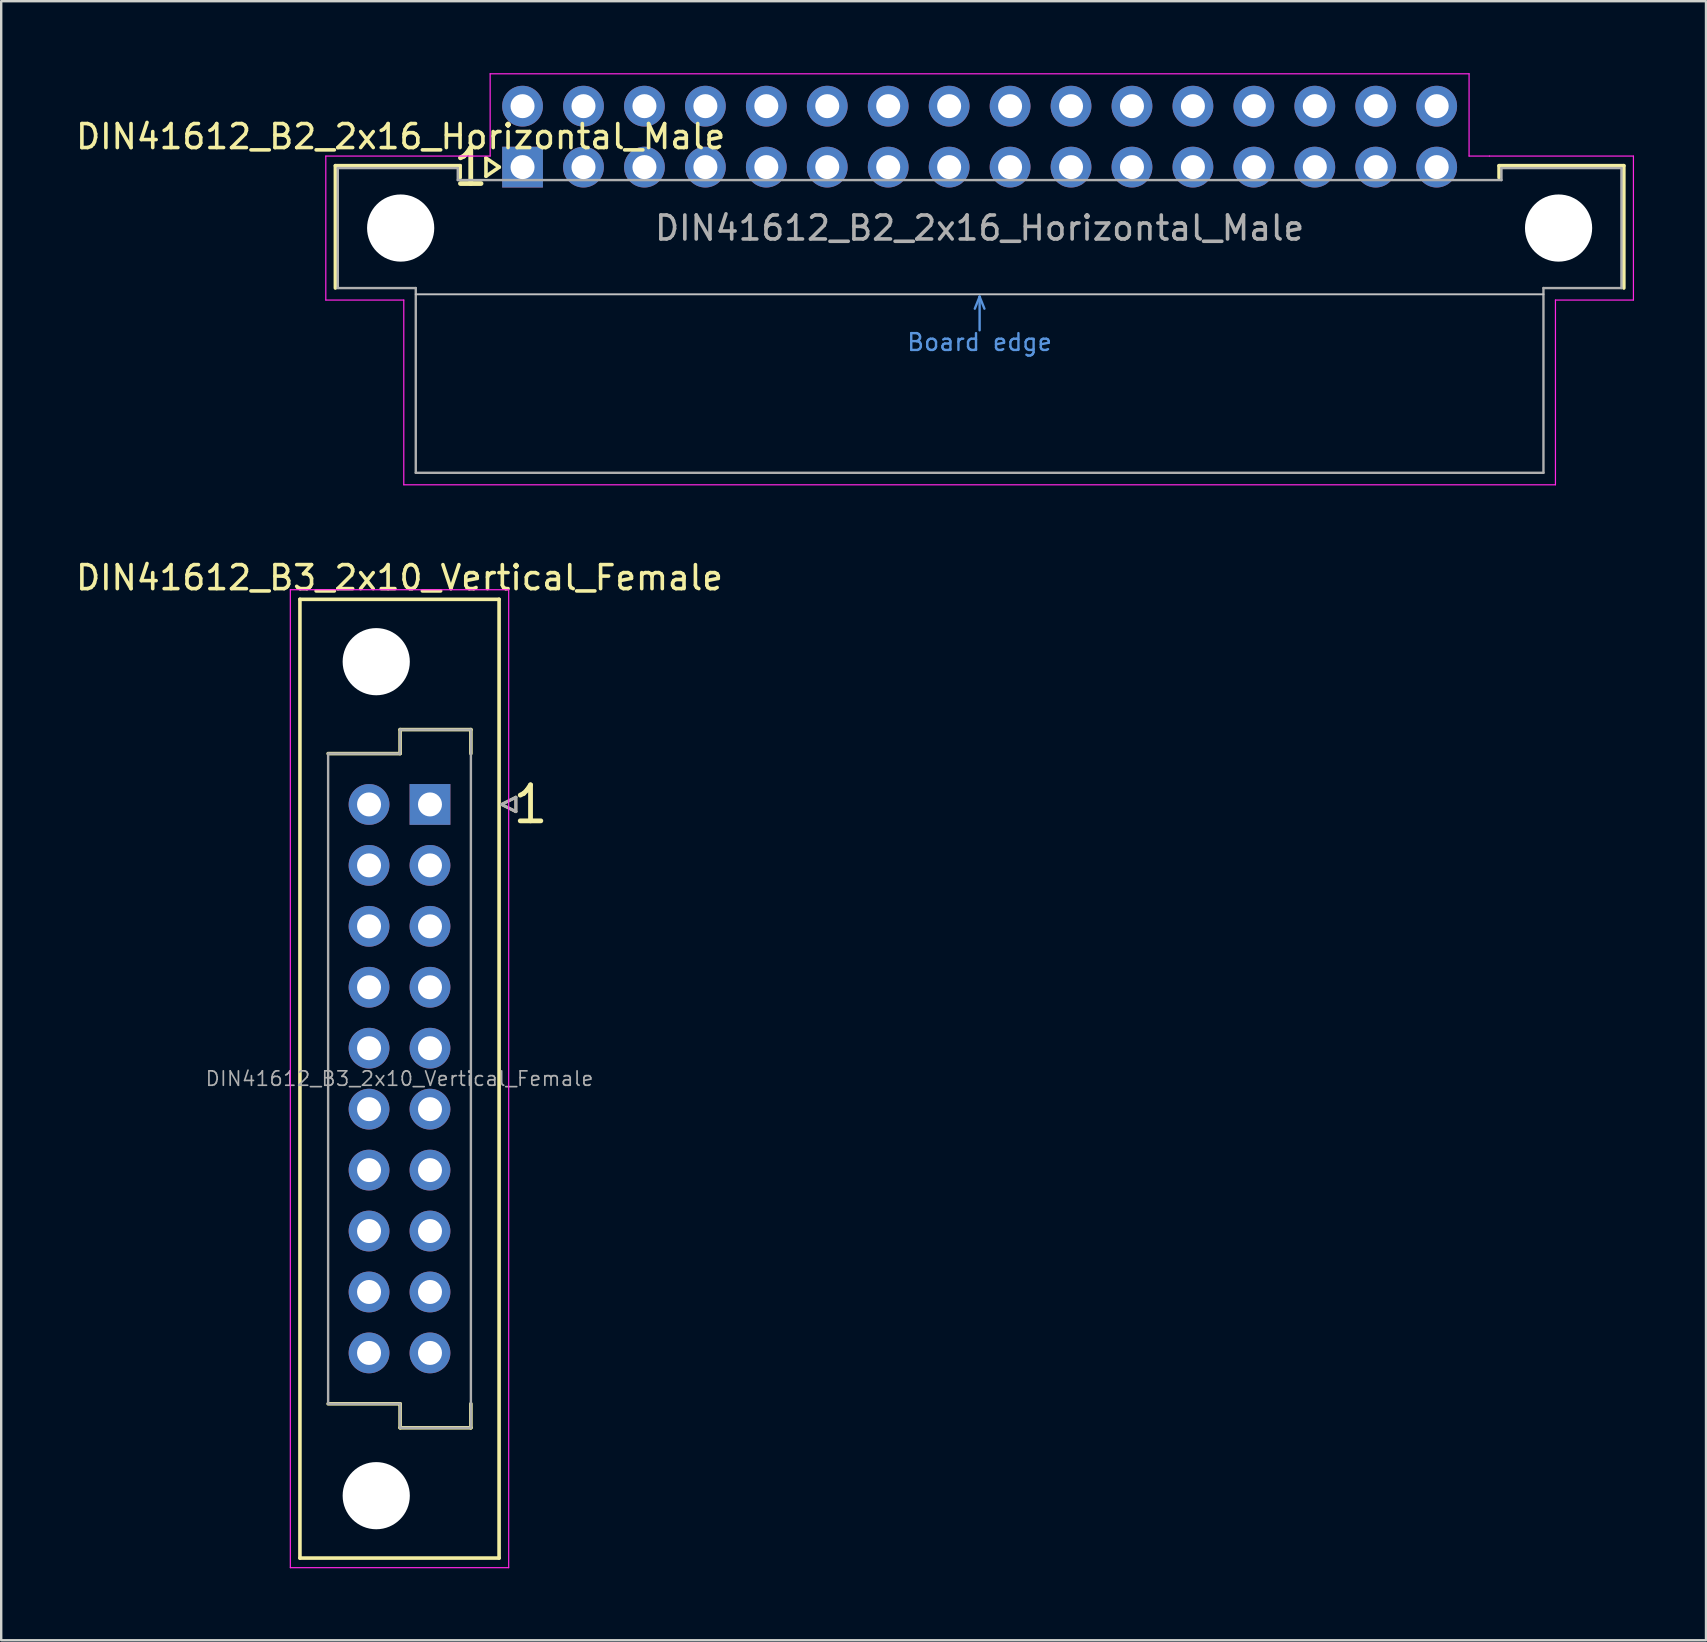
<source format=kicad_pcb>
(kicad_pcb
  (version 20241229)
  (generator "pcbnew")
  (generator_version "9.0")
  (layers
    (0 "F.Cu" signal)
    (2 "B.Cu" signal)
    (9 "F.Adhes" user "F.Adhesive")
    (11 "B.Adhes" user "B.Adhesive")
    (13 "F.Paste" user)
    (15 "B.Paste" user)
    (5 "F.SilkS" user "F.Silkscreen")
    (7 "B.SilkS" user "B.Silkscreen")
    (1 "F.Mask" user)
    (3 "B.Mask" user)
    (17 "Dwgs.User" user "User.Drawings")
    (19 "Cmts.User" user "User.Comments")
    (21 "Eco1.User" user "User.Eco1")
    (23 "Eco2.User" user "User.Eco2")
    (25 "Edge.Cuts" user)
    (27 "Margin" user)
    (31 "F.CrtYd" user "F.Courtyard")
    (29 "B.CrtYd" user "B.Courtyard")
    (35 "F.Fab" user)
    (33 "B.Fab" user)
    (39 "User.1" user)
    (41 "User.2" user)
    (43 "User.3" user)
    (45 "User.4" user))
  (footprint "DIN41612_B3_2x10_Vertical_Female"
    (layer "F.Cu")
    (at 14.871 30.478)
    (property "Reference" "DIN41612_B3_2x10_Vertical_Female" (at -1.27 -9.45 0) (layer "F.SilkS") (effects (font (size 1 1) (thickness 0.15))))
    (attr through_hole)
    (fp_line (start -5.42 -8.55) (end 2.88 -8.55) (stroke (width 0.15) (type solid)) (layer "F.SilkS"))
    (fp_line (start -5.42 31.41) (end -5.42 -8.55) (stroke (width 0.15) (type solid)) (layer "F.SilkS"))
    (fp_line (start -4.245 24.98) (end -1.245 24.98) (stroke (width 0.15) (type solid)) (layer "F.SilkS"))
    (fp_line (start -1.245 -3.12) (end -1.245 -2.12) (stroke (width 0.15) (type solid)) (layer "F.SilkS"))
    (fp_line (start -1.245 -2.12) (end -4.245 -2.12) (stroke (width 0.15) (type solid)) (layer "F.SilkS"))
    (fp_line (start -1.245 24.98) (end -1.245 25.98) (stroke (width 0.15) (type solid)) (layer "F.SilkS"))
    (fp_line (start -1.245 25.98) (end 1.705 25.98) (stroke (width 0.15) (type solid)) (layer "F.SilkS"))
    (fp_line (start 1.705 -3.12) (end -1.245 -3.12) (stroke (width 0.15) (type solid)) (layer "F.SilkS"))
    (fp_line (start 1.705 -2.12) (end 1.705 -3.12) (stroke (width 0.15) (type solid)) (layer "F.SilkS"))
    (fp_line (start 1.705 25.98) (end 1.705 24.98) (stroke (width 0.15) (type solid)) (layer "F.SilkS"))
    (fp_line (start 2.88 -8.55) (end 2.88 31.41) (stroke (width 0.15) (type solid)) (layer "F.SilkS"))
    (fp_line (start 2.88 31.41) (end -5.42 31.41) (stroke (width 0.15) (type solid)) (layer "F.SilkS"))
    (fp_line (start 2.98 0) (end 3.58 -0.3) (stroke (width 0.12) (type solid)) (layer "F.SilkS"))
    (fp_line (start 3.58 -0.3) (end 3.58 0.3) (stroke (width 0.12) (type solid)) (layer "F.SilkS"))
    (fp_line (start 3.58 0.3) (end 2.98 0) (stroke (width 0.12) (type solid)) (layer "F.SilkS"))
    (fp_line (start -5.82 -8.95) (end 3.28 -8.95) (stroke (width 0.05) (type solid)) (layer "F.CrtYd"))
    (fp_line (start -5.82 31.81) (end -5.82 -8.95) (stroke (width 0.05) (type solid)) (layer "F.CrtYd"))
    (fp_line (start 3.28 -8.95) (end 3.28 31.81) (stroke (width 0.05) (type solid)) (layer "F.CrtYd"))
    (fp_line (start 3.28 31.81) (end -5.82 31.81) (stroke (width 0.05) (type solid)) (layer "F.CrtYd"))
    (fp_line (start -4.245 -2.12) (end -4.245 24.98) (stroke (width 0.1) (type solid)) (layer "F.Fab"))
    (fp_line (start -4.245 24.98) (end -1.245 24.98) (stroke (width 0.1) (type solid)) (layer "F.Fab"))
    (fp_line (start -1.245 -3.12) (end -1.245 -2.12) (stroke (width 0.1) (type solid)) (layer "F.Fab"))
    (fp_line (start -1.245 -2.12) (end -4.245 -2.12) (stroke (width 0.1) (type solid)) (layer "F.Fab"))
    (fp_line (start -1.245 24.98) (end -1.245 25.98) (stroke (width 0.1) (type solid)) (layer "F.Fab"))
    (fp_line (start -1.245 25.98) (end 1.705 25.98) (stroke (width 0.1) (type solid)) (layer "F.Fab"))
    (fp_line (start 1.705 -3.12) (end -1.245 -3.12) (stroke (width 0.1) (type solid)) (layer "F.Fab"))
    (fp_line (start 1.705 -2.12) (end 1.705 -3.12) (stroke (width 0.1) (type solid)) (layer "F.Fab"))
    (fp_line (start 1.705 24.98) (end 1.705 -2.12) (stroke (width 0.1) (type solid)) (layer "F.Fab"))
    (fp_line (start 1.705 25.98) (end 1.705 24.98) (stroke (width 0.1) (type solid)) (layer "F.Fab"))
    (fp_line (start 2.98 0) (end 3.58 -0.3) (stroke (width 0.12) (type solid)) (layer "F.Fab"))
    (fp_line (start 3.58 -0.3) (end 3.58 0.3) (stroke (width 0.12) (type solid)) (layer "F.Fab"))
    (fp_line (start 3.58 0.3) (end 2.98 0) (stroke (width 0.12) (type solid)) (layer "F.Fab"))
    (fp_text user "1" (at 4.191 0 0) (layer "F.SilkS") (effects (font (size 1.5 1.5) (thickness 0.2))))
    (fp_text user "${REFERENCE}" (at -1.27 11.43 0) (layer "F.Fab") (effects (font (size 0.6 0.6) (thickness 0.07))))
    (pad "" np_thru_hole circle (at -2.24 -5.95) (size 2.8 2.8) (drill 2.8) (layers "*.Cu" "*.Mask"))
    (pad "" np_thru_hole circle (at -2.24 28.81) (size 2.8 2.8) (drill 2.8) (layers "*.Cu" "*.Mask"))
    (pad "a1" thru_hole rect (at 0 0) (size 1.7 1.7) (drill 1) (layers "*.Cu" "*.Mask"))
    (pad "a2" thru_hole circle (at 0 2.54) (size 1.7 1.7) (drill 1) (layers "*.Cu" "*.Mask"))
    (pad "a3" thru_hole circle (at 0 5.08) (size 1.7 1.7) (drill 1) (layers "*.Cu" "*.Mask"))
    (pad "a4" thru_hole circle (at 0 7.62) (size 1.7 1.7) (drill 1) (layers "*.Cu" "*.Mask"))
    (pad "a5" thru_hole circle (at 0 10.16) (size 1.7 1.7) (drill 1) (layers "*.Cu" "*.Mask"))
    (pad "a6" thru_hole circle (at 0 12.7) (size 1.7 1.7) (drill 1) (layers "*.Cu" "*.Mask"))
    (pad "a7" thru_hole circle (at 0 15.24) (size 1.7 1.7) (drill 1) (layers "*.Cu" "*.Mask"))
    (pad "a8" thru_hole circle (at 0 17.78) (size 1.7 1.7) (drill 1) (layers "*.Cu" "*.Mask"))
    (pad "a9" thru_hole circle (at 0 20.32) (size 1.7 1.7) (drill 1) (layers "*.Cu" "*.Mask"))
    (pad "a10" thru_hole circle (at 0 22.86) (size 1.7 1.7) (drill 1) (layers "*.Cu" "*.Mask"))
    (pad "b1" thru_hole circle (at -2.54 0) (size 1.7 1.7) (drill 1) (layers "*.Cu" "*.Mask"))
    (pad "b2" thru_hole circle (at -2.54 2.54) (size 1.7 1.7) (drill 1) (layers "*.Cu" "*.Mask"))
    (pad "b3" thru_hole circle (at -2.54 5.08) (size 1.7 1.7) (drill 1) (layers "*.Cu" "*.Mask"))
    (pad "b4" thru_hole circle (at -2.54 7.62) (size 1.7 1.7) (drill 1) (layers "*.Cu" "*.Mask"))
    (pad "b5" thru_hole circle (at -2.54 10.16) (size 1.7 1.7) (drill 1) (layers "*.Cu" "*.Mask"))
    (pad "b6" thru_hole circle (at -2.54 12.7) (size 1.7 1.7) (drill 1) (layers "*.Cu" "*.Mask"))
    (pad "b7" thru_hole circle (at -2.54 15.24) (size 1.7 1.7) (drill 1) (layers "*.Cu" "*.Mask"))
    (pad "b8" thru_hole circle (at -2.54 17.78) (size 1.7 1.7) (drill 1) (layers "*.Cu" "*.Mask"))
    (pad "b9" thru_hole circle (at -2.54 20.32) (size 1.7 1.7) (drill 1) (layers "*.Cu" "*.Mask"))
    (pad "b10" thru_hole circle (at -2.54 22.86) (size 1.7 1.7) (drill 1) (layers "*.Cu" "*.Mask")))
  (footprint "DIN41612_B2_2x16_Horizontal_Male"
    (layer "F.Cu")
    (at 18.729 3.915)
    (property "Reference" "DIN41612_B2_2x16_Horizontal_Male" (at -5.08 -1.27 180) (layer "F.SilkS") (effects (font (size 1 1) (thickness 0.15))))
    (attr through_hole)
    (fp_line (start -7.8 -0.06) (end -7.8 5.04) (stroke (width 0.15) (type solid)) (layer "F.SilkS"))
    (fp_line (start -2.6 -0.06) (end -7.8 -0.06) (stroke (width 0.15) (type solid)) (layer "F.SilkS"))
    (fp_line (start -2.6 0.44) (end -2.6 -0.06) (stroke (width 0.15) (type solid)) (layer "F.SilkS"))
    (fp_line (start -1.524 -0.381) (end -0.969 0) (stroke (width 0.15) (type solid)) (layer "F.SilkS"))
    (fp_line (start -1.524 0.381) (end -1.524 -0.381) (stroke (width 0.15) (type solid)) (layer "F.SilkS"))
    (fp_line (start -0.969 0) (end -1.524 0.381) (stroke (width 0.15) (type solid)) (layer "F.SilkS"))
    (fp_line (start 40.7 -0.06) (end 45.9 -0.06) (stroke (width 0.15) (type solid)) (layer "F.SilkS"))
    (fp_line (start 40.7 0.44) (end 40.7 -0.06) (stroke (width 0.15) (type solid)) (layer "F.SilkS"))
    (fp_line (start 45.9 -0.06) (end 45.9 5.04) (stroke (width 0.15) (type solid)) (layer "F.SilkS"))
    (fp_line (start -4.45 5.3) (end 42.55 5.3) (stroke (width 0.08) (type solid)) (layer "Dwgs.User"))
    (fp_line (start 18.85 5.9) (end 19.05 5.4) (stroke (width 0.1) (type solid)) (layer "Cmts.User"))
    (fp_line (start 19.05 5.4) (end 19.25 5.9) (stroke (width 0.1) (type solid)) (layer "Cmts.User"))
    (fp_line (start 19.05 6.8) (end 19.05 5.4) (stroke (width 0.1) (type solid)) (layer "Cmts.User"))
    (fp_line (start -8.2 -0.46) (end -8.2 5.54) (stroke (width 0.05) (type solid)) (layer "F.CrtYd"))
    (fp_line (start -8.2 5.54) (end -4.95 5.54) (stroke (width 0.05) (type solid)) (layer "F.CrtYd"))
    (fp_line (start -4.95 5.54) (end -4.95 13.24) (stroke (width 0.05) (type solid)) (layer "F.CrtYd"))
    (fp_line (start -4.95 13.24) (end 43.05 13.24) (stroke (width 0.05) (type solid)) (layer "F.CrtYd"))
    (fp_line (start -1.35 -3.89) (end -1.35 -0.46) (stroke (width 0.05) (type solid)) (layer "F.CrtYd"))
    (fp_line (start -1.35 -0.46) (end -8.2 -0.46) (stroke (width 0.05) (type solid)) (layer "F.CrtYd"))
    (fp_line (start 39.45 -3.89) (end -1.35 -3.89) (stroke (width 0.05) (type solid)) (layer "F.CrtYd"))
    (fp_line (start 39.45 -0.46) (end 39.45 -3.89) (stroke (width 0.05) (type solid)) (layer "F.CrtYd"))
    (fp_line (start 40.3 -0.46) (end 39.45 -0.46) (stroke (width 0.05) (type solid)) (layer "F.CrtYd"))
    (fp_line (start 43.05 5.54) (end 46.3 5.54) (stroke (width 0.05) (type solid)) (layer "F.CrtYd"))
    (fp_line (start 43.05 13.24) (end 43.05 5.54) (stroke (width 0.05) (type solid)) (layer "F.CrtYd"))
    (fp_line (start 46.3 -0.46) (end 40.3 -0.46) (stroke (width 0.05) (type solid)) (layer "F.CrtYd"))
    (fp_line (start 46.3 5.54) (end 46.3 -0.46) (stroke (width 0.05) (type solid)) (layer "F.CrtYd"))
    (fp_line (start -7.7 0.04) (end -7.7 5.04) (stroke (width 0.1) (type solid)) (layer "F.Fab"))
    (fp_line (start -7.7 5.04) (end -4.45 5.04) (stroke (width 0.1) (type solid)) (layer "F.Fab"))
    (fp_line (start -4.45 5.04) (end -4.45 12.74) (stroke (width 0.1) (type solid)) (layer "F.Fab"))
    (fp_line (start -4.45 12.74) (end 42.55 12.74) (stroke (width 0.1) (type solid)) (layer "F.Fab"))
    (fp_line (start -2.7 0.04) (end -7.7 0.04) (stroke (width 0.1) (type solid)) (layer "F.Fab"))
    (fp_line (start -2.7 0.54) (end -2.7 0.04) (stroke (width 0.1) (type solid)) (layer "F.Fab"))
    (fp_line (start 40.8 0.04) (end 40.8 0.54) (stroke (width 0.1) (type solid)) (layer "F.Fab"))
    (fp_line (start 40.8 0.54) (end -2.7 0.54) (stroke (width 0.1) (type solid)) (layer "F.Fab"))
    (fp_line (start 42.55 5.04) (end 45.8 5.04) (stroke (width 0.1) (type solid)) (layer "F.Fab"))
    (fp_line (start 42.55 12.74) (end 42.55 5.04) (stroke (width 0.1) (type solid)) (layer "F.Fab"))
    (fp_line (start 45.8 0.04) (end 40.8 0.04) (stroke (width 0.1) (type solid)) (layer "F.Fab"))
    (fp_line (start 45.8 5.04) (end 45.8 0.04) (stroke (width 0.1) (type solid)) (layer "F.Fab"))
    (fp_text user "1" (at -2.159 0 0) (layer "F.SilkS") (effects (font (size 1.5 1.5) (thickness 0.2))))
    (fp_text user "Board edge" (at 19.05 7.3 180) (layer "Cmts.User") (effects (font (size 0.7 0.7) (thickness 0.1))))
    (fp_text user "${REFERENCE}" (at 19.05 2.54 180) (layer "F.Fab") (effects (font (size 1 1) (thickness 0.15))))
    (pad "" np_thru_hole circle (at -5.08 2.54 180) (size 2.8 2.8) (drill 2.8) (layers "*.Cu" "*.Mask"))
    (pad "" np_thru_hole circle (at 43.18 2.54 180) (size 2.8 2.8) (drill 2.8) (layers "*.Cu" "*.Mask"))
    (pad "a1" thru_hole rect (at 0 0 180) (size 1.7 1.7) (drill 1) (layers "*.Cu" "*.Mask"))
    (pad "a2" thru_hole circle (at 2.54 0 180) (size 1.7 1.7) (drill 1) (layers "*.Cu" "*.Mask"))
    (pad "a3" thru_hole circle (at 5.08 0 180) (size 1.7 1.7) (drill 1) (layers "*.Cu" "*.Mask"))
    (pad "a4" thru_hole circle (at 7.62 0 180) (size 1.7 1.7) (drill 1) (layers "*.Cu" "*.Mask"))
    (pad "a5" thru_hole circle (at 10.16 0 180) (size 1.7 1.7) (drill 1) (layers "*.Cu" "*.Mask"))
    (pad "a6" thru_hole circle (at 12.7 0 180) (size 1.7 1.7) (drill 1) (layers "*.Cu" "*.Mask"))
    (pad "a7" thru_hole circle (at 15.24 0 180) (size 1.7 1.7) (drill 1) (layers "*.Cu" "*.Mask"))
    (pad "a8" thru_hole circle (at 17.78 0 180) (size 1.7 1.7) (drill 1) (layers "*.Cu" "*.Mask"))
    (pad "a9" thru_hole circle (at 20.32 0 180) (size 1.7 1.7) (drill 1) (layers "*.Cu" "*.Mask"))
    (pad "a10" thru_hole circle (at 22.86 0 180) (size 1.7 1.7) (drill 1) (layers "*.Cu" "*.Mask"))
    (pad "a11" thru_hole circle (at 25.4 0 180) (size 1.7 1.7) (drill 1) (layers "*.Cu" "*.Mask"))
    (pad "a12" thru_hole circle (at 27.94 0 180) (size 1.7 1.7) (drill 1) (layers "*.Cu" "*.Mask"))
    (pad "a13" thru_hole circle (at 30.48 0 180) (size 1.7 1.7) (drill 1) (layers "*.Cu" "*.Mask"))
    (pad "a14" thru_hole circle (at 33.02 0 180) (size 1.7 1.7) (drill 1) (layers "*.Cu" "*.Mask"))
    (pad "a15" thru_hole circle (at 35.56 0 180) (size 1.7 1.7) (drill 1) (layers "*.Cu" "*.Mask"))
    (pad "a16" thru_hole circle (at 38.1 0 180) (size 1.7 1.7) (drill 1) (layers "*.Cu" "*.Mask"))
    (pad "b1" thru_hole circle (at 0 -2.54 180) (size 1.7 1.7) (drill 1) (layers "*.Cu" "*.Mask"))
    (pad "b2" thru_hole circle (at 2.54 -2.54 180) (size 1.7 1.7) (drill 1) (layers "*.Cu" "*.Mask"))
    (pad "b3" thru_hole circle (at 5.08 -2.54 180) (size 1.7 1.7) (drill 1) (layers "*.Cu" "*.Mask"))
    (pad "b4" thru_hole circle (at 7.62 -2.54 180) (size 1.7 1.7) (drill 1) (layers "*.Cu" "*.Mask"))
    (pad "b5" thru_hole circle (at 10.16 -2.54 180) (size 1.7 1.7) (drill 1) (layers "*.Cu" "*.Mask"))
    (pad "b6" thru_hole circle (at 12.7 -2.54 180) (size 1.7 1.7) (drill 1) (layers "*.Cu" "*.Mask"))
    (pad "b7" thru_hole circle (at 15.24 -2.54 180) (size 1.7 1.7) (drill 1) (layers "*.Cu" "*.Mask"))
    (pad "b8" thru_hole circle (at 17.78 -2.54 180) (size 1.7 1.7) (drill 1) (layers "*.Cu" "*.Mask"))
    (pad "b9" thru_hole circle (at 20.32 -2.54 180) (size 1.7 1.7) (drill 1) (layers "*.Cu" "*.Mask"))
    (pad "b10" thru_hole circle (at 22.86 -2.54 180) (size 1.7 1.7) (drill 1) (layers "*.Cu" "*.Mask"))
    (pad "b11" thru_hole circle (at 25.4 -2.54 180) (size 1.7 1.7) (drill 1) (layers "*.Cu" "*.Mask"))
    (pad "b12" thru_hole circle (at 27.94 -2.54 180) (size 1.7 1.7) (drill 1) (layers "*.Cu" "*.Mask"))
    (pad "b13" thru_hole circle (at 30.48 -2.54 180) (size 1.7 1.7) (drill 1) (layers "*.Cu" "*.Mask"))
    (pad "b14" thru_hole circle (at 33.02 -2.54 180) (size 1.7 1.7) (drill 1) (layers "*.Cu" "*.Mask"))
    (pad "b15" thru_hole circle (at 35.56 -2.54 180) (size 1.7 1.7) (drill 1) (layers "*.Cu" "*.Mask"))
    (pad "b16" thru_hole circle (at 38.1 -2.54 180) (size 1.7 1.7) (drill 1) (layers "*.Cu" "*.Mask")))
  (gr_rect
    (start -3 -3)
    (end 68.054 65.313)
    (stroke (width 0.1) (type default))
    (fill no)
    (layer "Edge.Cuts")))
</source>
